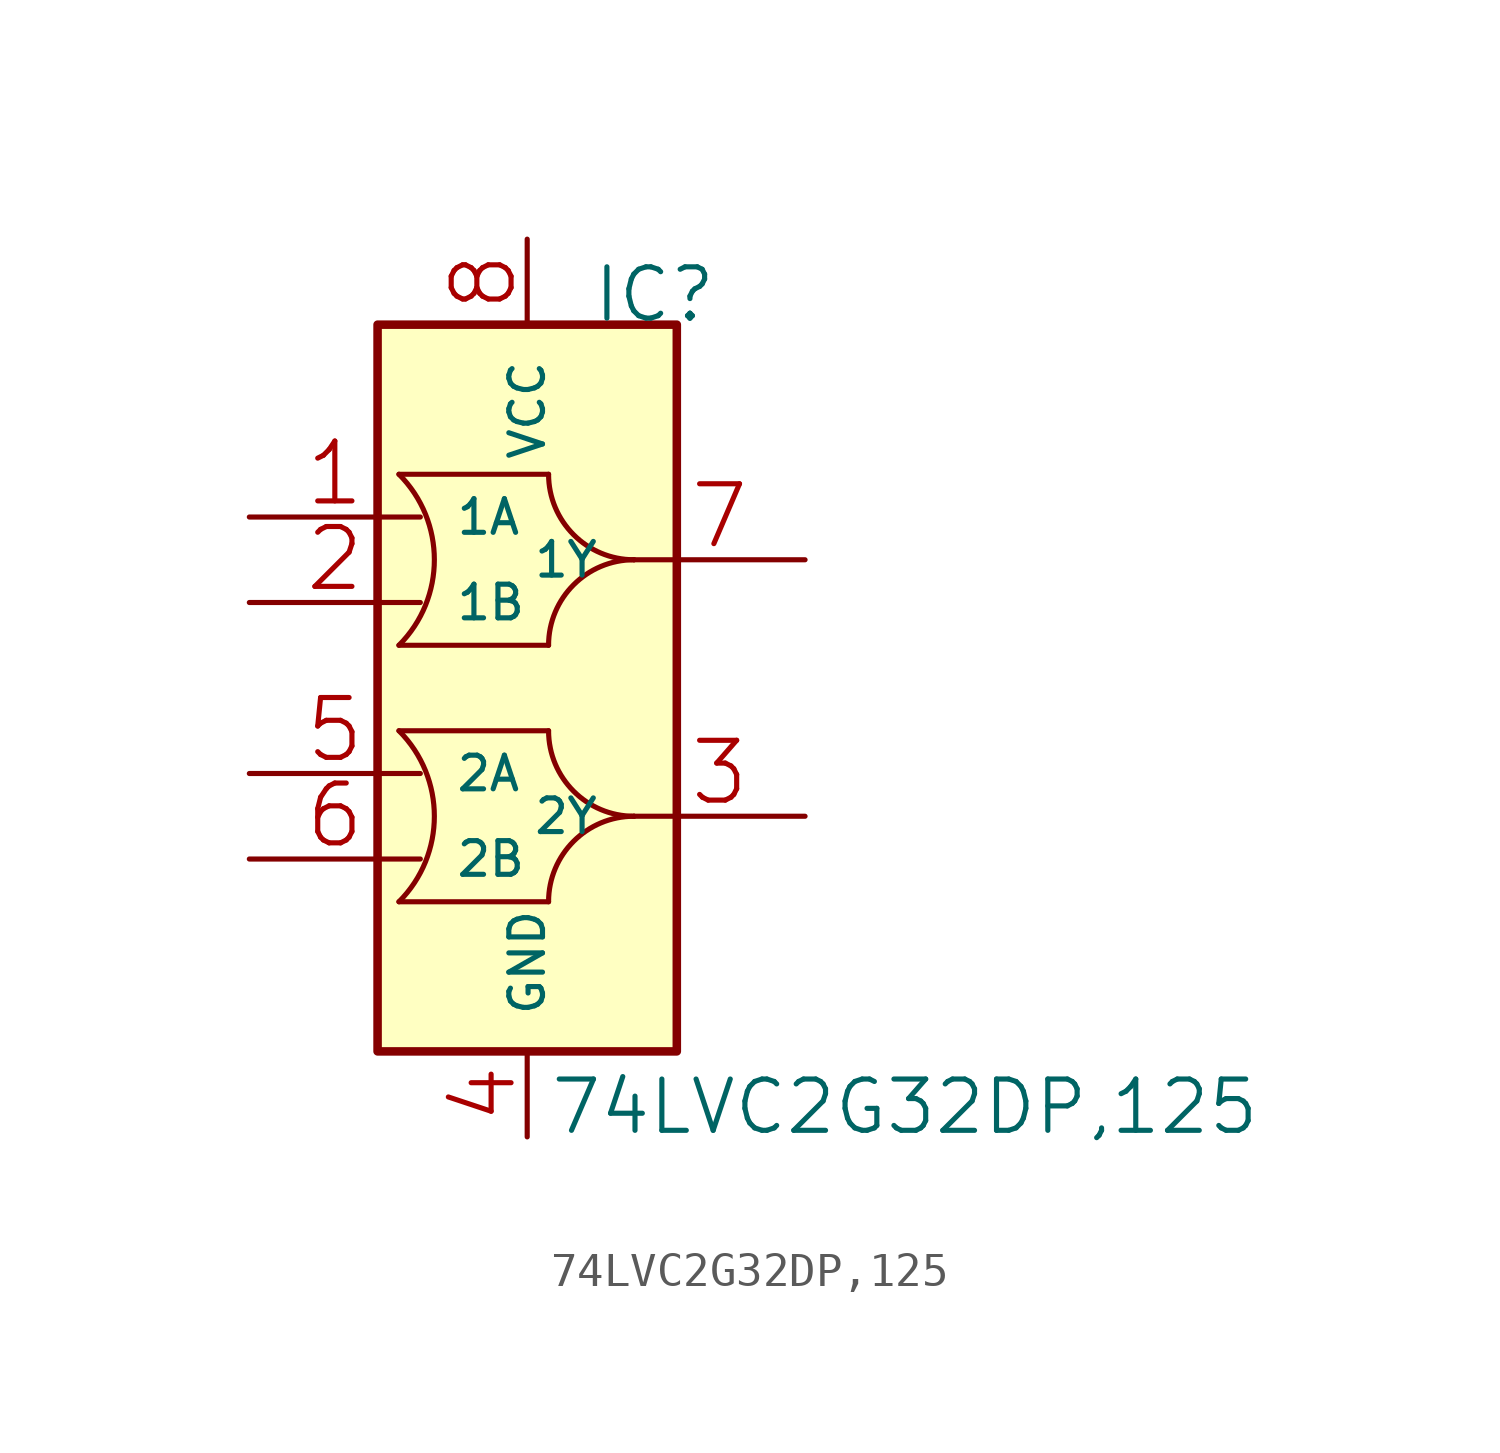
<source format=kicad_sym>
(kicad_symbol_lib
  (version 20211014)
  (generator kicad_symbol_editor)
  (symbol "74LVC2G32DP,125"
    (pin_names
      (offset 1.016))
    (property "Reference" "IC"
      (at 1.905 10.795 0)
      (effects (font (size 1.524 1.524)) (justify left bottom)))
    (property "Value" "74LVC2G32DP,125"
      (at 0.635 -13.335 0)
      (effects (font (size 1.524 1.524)) (justify left bottom)))
    (symbol "74LVC2G32DP,125_0_1"
      (rectangle (start -4.445 10.795) (end 4.445 -10.795) (stroke (width 0.254) (type default) (color 0 0 0 0)) (fill (type background)))
      (arc (start -3.81 -6.35) (mid -2.7579 -3.81) (end -3.81 -1.27) (stroke (width 0.1524) (type default) (color 0 0 0 0)) (fill (type none)))
      (arc (start -3.81 1.27) (mid -2.7579 3.81) (end -3.81 6.35) (stroke (width 0.1524) (type default) (color 0 0 0 0)) (fill (type none)))
      (polyline (pts (xy -3.81 -6.35) (xy 0.635 -6.35)) (stroke (width 0.152) (type default) (color 0 0 0 0)) (fill (type none)))
      (polyline (pts (xy -3.81 -1.27) (xy 0.635 -1.27)) (stroke (width 0.152) (type default) (color 0 0 0 0)) (fill (type none)))
      (polyline (pts (xy -3.81 1.27) (xy 0.635 1.27)) (stroke (width 0.152) (type default) (color 0 0 0 0)) (fill (type none)))
      (polyline (pts (xy -3.81 6.35) (xy 0.635 6.35)) (stroke (width 0.152) (type default) (color 0 0 0 0)) (fill (type none)))
      (arc (start 0.635 -1.27) (mid -1.1611 -5.6061) (end 3.175 -3.81) (stroke (width 0.1524) (type default) (color 0 0 0 0)) (fill (type none)))
      (arc (start 0.635 6.35) (mid -1.1611 2.0139) (end 3.175 3.81) (stroke (width 0.1524) (type default) (color 0 0 0 0)) (fill (type none)))
      (arc (start 3.175 -3.81) (mid -1.1611 -2.0139) (end 0.635 -6.35) (stroke (width 0.1524) (type default) (color 0 0 0 0)) (fill (type none)))
      (arc (start 3.175 3.81) (mid -1.1611 5.6061) (end 0.635 1.27) (stroke (width 0.1524) (type default) (color 0 0 0 0)) (fill (type none)))
      (pin passive line (at -8.255 5.08 0) (length 5.08) (name "1A" (effects (font (size 1 1)))) (number "1" (effects (font (size 1.778 1.778)))))
      (pin passive line (at -8.255 2.54 0) (length 5.08) (name "1B" (effects (font (size 1 1)))) (number "2" (effects (font (size 1.778 1.778)))))
      (pin passive line (at 8.255 -3.81 180) (length 5.08) (name "2Y" (effects (font (size 1 1)))) (number "3" (effects (font (size 1.778 1.778)))))
      (pin passive line (at 0 -13.335 90) (length 2.54) (name "GND" (effects (font (size 1 1)))) (number "4" (effects (font (size 1.778 1.778)))))
      (pin passive line (at -8.255 -2.54 0) (length 5.08) (name "2A" (effects (font (size 1 1)))) (number "5" (effects (font (size 1.778 1.778)))))
      (pin passive line (at -8.255 -5.08 0) (length 5.08) (name "2B" (effects (font (size 1 1)))) (number "6" (effects (font (size 1.778 1.778)))))
      (pin passive line (at 8.255 3.81 180) (length 5.08) (name "1Y" (effects (font (size 1 1)))) (number "7" (effects (font (size 1.778 1.778)))))
      (pin passive line (at 0 13.335 270) (length 2.54) (name "VCC" (effects (font (size 1 1)))) (number "8" (effects (font (size 1.778 1.778))))))))
</source>
